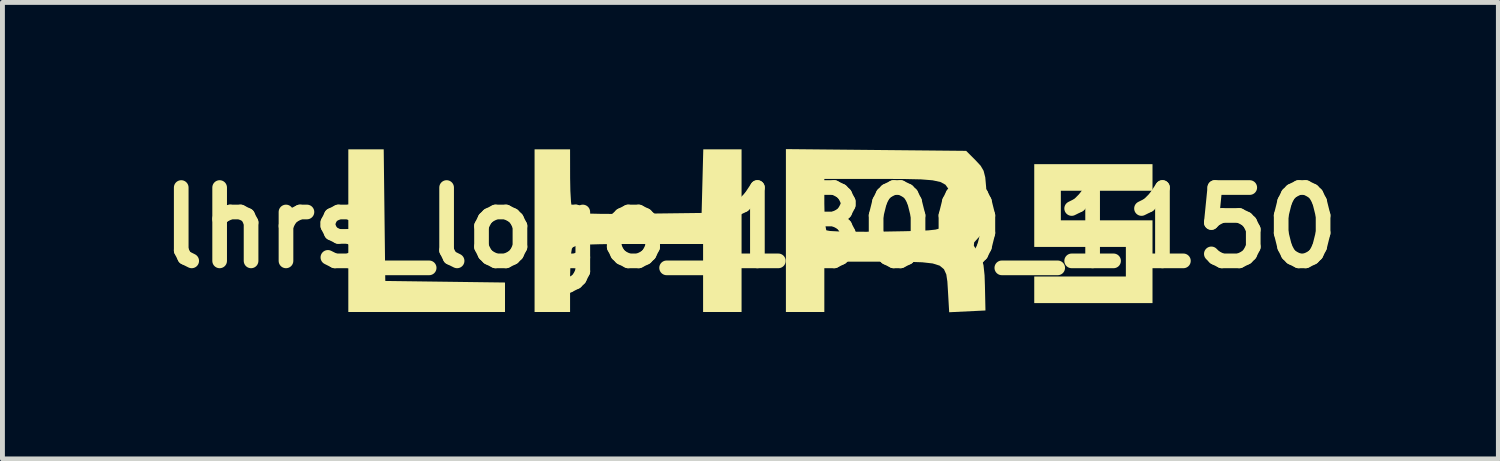
<source format=kicad_pcb>
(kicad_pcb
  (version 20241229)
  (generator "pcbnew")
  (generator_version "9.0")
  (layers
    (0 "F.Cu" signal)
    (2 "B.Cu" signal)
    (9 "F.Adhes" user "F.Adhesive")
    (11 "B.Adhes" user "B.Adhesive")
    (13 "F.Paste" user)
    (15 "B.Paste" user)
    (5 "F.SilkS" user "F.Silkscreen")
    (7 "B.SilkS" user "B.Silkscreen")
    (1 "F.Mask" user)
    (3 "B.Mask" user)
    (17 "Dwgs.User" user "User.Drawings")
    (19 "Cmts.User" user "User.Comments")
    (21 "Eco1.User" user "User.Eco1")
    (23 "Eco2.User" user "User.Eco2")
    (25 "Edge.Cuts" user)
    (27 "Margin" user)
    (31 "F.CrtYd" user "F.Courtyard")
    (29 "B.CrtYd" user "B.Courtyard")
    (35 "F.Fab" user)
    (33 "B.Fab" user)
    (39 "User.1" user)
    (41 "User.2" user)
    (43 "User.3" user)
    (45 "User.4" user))
  (footprint "lhrs_logo_1800_1150"
    (layer "F.Cu")
    (at 12.3 1.608)
    (property "Reference" "lhrs_logo_1800_1150" (at 0 0 0) (layer "F.SilkS") (effects (font (size 1.5 1.5) (thickness 0.3))))
    (attr board_only exclude_from_pos_files exclude_from_bom)
    (fp_poly (pts (xy -7.485 -0.257) (xy -7.469 1.089) (xy -6.244 1.105) (xy -5.02 1.121) (xy -5.02 1.422) (xy -5.02 1.724) (xy -6.622 1.724) (xy -8.225 1.724) (xy -8.225 0.06) (xy -8.225 -1.603) (xy -7.863 -1.603) (xy -7.501 -1.603)) (stroke (width 0) (type solid)) (fill yes) (layer "F.SilkS"))
    (fp_poly (pts (xy 8.225 -1.028) (xy 8.225 -0.756) (xy 7.287 -0.756) (xy 6.35 -0.756) (xy 6.35 -0.454) (xy 6.35 -0.151) (xy 7.287 -0.151) (xy 8.225 -0.151) (xy 8.225 0.695) (xy 8.225 1.542) (xy 7.015 1.542) (xy 5.806 1.542) (xy 5.806 1.27) (xy 5.806 0.998) (xy 6.743 0.998) (xy 7.68 0.998) (xy 7.68 0.695) (xy 7.68 0.393) (xy 6.743 0.393) (xy 5.806 0.393) (xy 5.806 -0.454) (xy 5.806 -1.3) (xy 7.015 -1.3) (xy 8.225 -1.3)) (stroke (width 0) (type solid)) (fill yes) (layer "F.SilkS"))
    (fp_poly (pts (xy -3.688 -1.013) (xy -3.683 -0.752) (xy -3.67 -0.532) (xy -3.651 -0.386) (xy -3.638 -0.347) (xy -3.593 -0.32) (xy -3.487 -0.301) (xy -3.308 -0.289) (xy -3.043 -0.283) (xy -2.68 -0.282) (xy -2.294 -0.286) (xy -0.998 -0.302) (xy -0.981 -0.953) (xy -0.964 -1.603) (xy -0.572 -1.603) (xy -0.181 -1.603) (xy -0.181 0.06) (xy -0.181 1.724) (xy -0.575 1.724) (xy -0.968 1.724) (xy -0.968 1.028) (xy -0.968 0.333) (xy -2.292 0.333) (xy -2.731 0.334) (xy -3.063 0.337) (xy -3.305 0.344) (xy -3.47 0.356) (xy -3.573 0.374) (xy -3.629 0.398) (xy -3.652 0.428) (xy -3.668 0.527) (xy -3.68 0.716) (xy -3.688 0.963) (xy -3.689 1.124) (xy -3.689 1.724) (xy -4.052 1.724) (xy -4.415 1.724) (xy -4.415 0.06) (xy -4.415 -1.603) (xy -4.052 -1.603) (xy -3.689 -1.603)) (stroke (width 0) (type solid)) (fill yes) (layer "F.SilkS"))
    (fp_poly (pts (xy 2.569 -1.59) (xy 4.413 -1.572) (xy 4.61 -1.375) (xy 4.71 -1.267) (xy 4.77 -1.164) (xy 4.804 -1.03) (xy 4.822 -0.83) (xy 4.829 -0.694) (xy 4.836 -0.364) (xy 4.82 -0.128) (xy 4.774 0.041) (xy 4.695 0.17) (xy 4.654 0.214) (xy 4.577 0.3) (xy 4.57 0.368) (xy 4.634 0.47) (xy 4.66 0.506) (xy 4.727 0.621) (xy 4.768 0.767) (xy 4.79 0.976) (xy 4.797 1.185) (xy 4.808 1.693) (xy 4.437 1.711) (xy 4.066 1.729) (xy 4.041 1.296) (xy 4.029 1.102) (xy 4.007 0.955) (xy 3.959 0.849) (xy 3.871 0.776) (xy 3.728 0.731) (xy 3.515 0.707) (xy 3.216 0.697) (xy 2.816 0.695) (xy 2.649 0.695) (xy 1.512 0.695) (xy 1.512 1.21) (xy 1.512 1.724) (xy 1.119 1.724) (xy 0.726 1.724) (xy 0.726 0.058) (xy 0.726 -0.494) (xy 1.512 -0.494) (xy 1.517 -0.257) (xy 1.53 -0.068) (xy 1.549 0.041) (xy 1.556 0.054) (xy 1.627 0.067) (xy 1.8 0.076) (xy 2.055 0.082) (xy 2.372 0.083) (xy 2.731 0.079) (xy 2.74 0.079) (xy 3.138 0.072) (xy 3.433 0.065) (xy 3.642 0.054) (xy 3.783 0.039) (xy 3.875 0.015) (xy 3.936 -0.018) (xy 3.982 -0.064) (xy 4.003 -0.09) (xy 4.08 -0.218) (xy 4.105 -0.375) (xy 4.096 -0.539) (xy 4.079 -0.686) (xy 4.048 -0.798) (xy 3.989 -0.88) (xy 3.887 -0.935) (xy 3.726 -0.97) (xy 3.491 -0.989) (xy 3.168 -0.996) (xy 2.74 -0.998) (xy 2.68 -0.998) (xy 1.512 -0.998) (xy 1.512 -0.494) (xy 0.726 -0.494) (xy 0.726 -1.608)) (stroke (width 0) (type solid)) (fill yes) (layer "F.SilkS")))
  (gr_rect
    (start -3 -3)
    (end 27.6 6.337)
    (stroke (width 0.1) (type default))
    (fill no)
    (layer "Edge.Cuts")))
</source>
